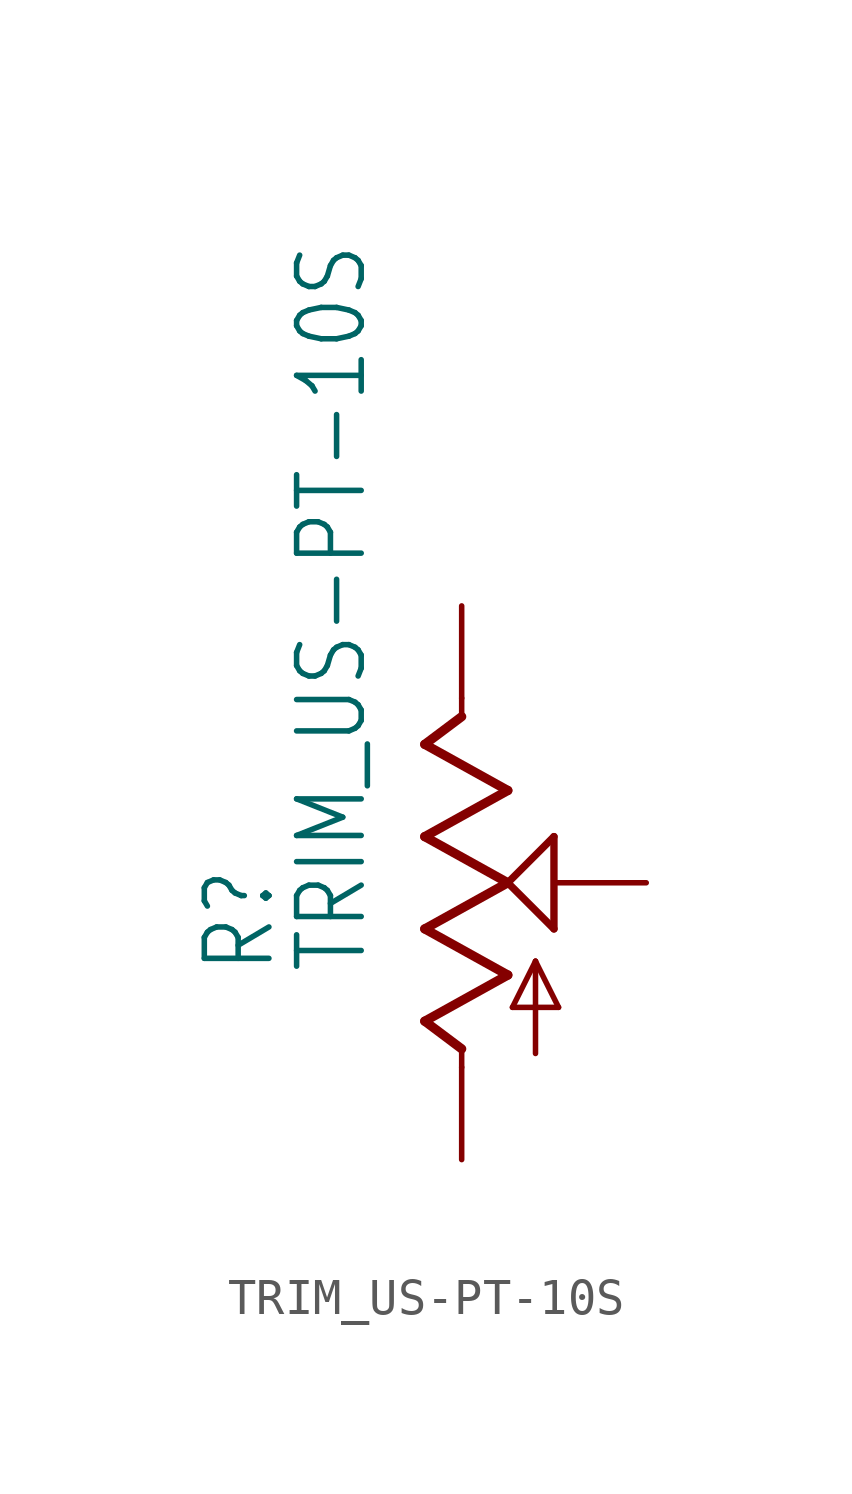
<source format=kicad_sym>
(kicad_symbol_lib
  (version 20211014)
  (generator kicad_symbol_editor)
  (symbol "TRIM_US-PT-10S"
    (property "Reference" "R"
      (at -5.08 -2.54 90)
      (effects (font (size 1.778 1.511)) (justify left bottom)))
    (property "Value" "TRIM_US-PT-10S"
      (at -2.54 -2.54 90)
      (effects (font (size 1.778 1.511)) (justify left bottom)))
    (property "ki_locked" ""
      (at 0 0 0)
      (effects (font (size 1.27 1.27))))
    (symbol "TRIM_US-PT-10S_1_0"
      (polyline (pts (xy -1.016 -3.81) (xy 1.27 -2.54)) (stroke (width 0.254) (type default) (color 0 0 0 0)) (fill (type none)))
      (polyline (pts (xy -1.016 -1.27) (xy 1.27 0)) (stroke (width 0.254) (type default) (color 0 0 0 0)) (fill (type none)))
      (polyline (pts (xy -1.016 1.27) (xy 1.27 2.54)) (stroke (width 0.254) (type default) (color 0 0 0 0)) (fill (type none)))
      (polyline (pts (xy -1.016 3.81) (xy 0 4.572)) (stroke (width 0.254) (type default) (color 0 0 0 0)) (fill (type none)))
      (polyline (pts (xy 0 -5.08) (xy 0 -4.572)) (stroke (width 0.152) (type default) (color 0 0 0 0)) (fill (type none)))
      (polyline (pts (xy 0 -4.572) (xy -1.016 -3.81)) (stroke (width 0.254) (type default) (color 0 0 0 0)) (fill (type none)))
      (polyline (pts (xy 0 4.572) (xy 0 5.08)) (stroke (width 0.152) (type default) (color 0 0 0 0)) (fill (type none)))
      (polyline (pts (xy 1.27 -2.54) (xy -1.016 -1.27)) (stroke (width 0.254) (type default) (color 0 0 0 0)) (fill (type none)))
      (polyline (pts (xy 1.27 0) (xy -1.016 1.27)) (stroke (width 0.254) (type default) (color 0 0 0 0)) (fill (type none)))
      (polyline (pts (xy 1.27 0) (xy 2.54 1.27)) (stroke (width 0.203) (type default) (color 0 0 0 0)) (fill (type none)))
      (polyline (pts (xy 1.27 2.54) (xy -1.016 3.81)) (stroke (width 0.254) (type default) (color 0 0 0 0)) (fill (type none)))
      (polyline (pts (xy 1.397 -3.429) (xy 2.032 -2.159)) (stroke (width 0.152) (type default) (color 0 0 0 0)) (fill (type none)))
      (polyline (pts (xy 2.032 -4.699) (xy 2.032 -2.159)) (stroke (width 0.152) (type default) (color 0 0 0 0)) (fill (type none)))
      (polyline (pts (xy 2.032 -2.159) (xy 2.667 -3.429)) (stroke (width 0.152) (type default) (color 0 0 0 0)) (fill (type none)))
      (polyline (pts (xy 2.54 -1.27) (xy 1.27 0)) (stroke (width 0.203) (type default) (color 0 0 0 0)) (fill (type none)))
      (polyline (pts (xy 2.54 1.27) (xy 2.54 -1.27)) (stroke (width 0.203) (type default) (color 0 0 0 0)) (fill (type none)))
      (polyline (pts (xy 2.667 -3.429) (xy 1.397 -3.429)) (stroke (width 0.152) (type default) (color 0 0 0 0)) (fill (type none)))
      (pin passive line (at 0 -7.62 90) (length 2.54) (name "A" (effects (font (size 0 0)))) (number "A" (effects (font (size 0 0)))))
      (pin passive line (at 0 7.62 270) (length 2.54) (name "E" (effects (font (size 0 0)))) (number "E" (effects (font (size 0 0)))))
      (pin passive line (at 5.08 0 180) (length 2.54) (name "S" (effects (font (size 0 0)))) (number "S" (effects (font (size 0 0))))))))
</source>
